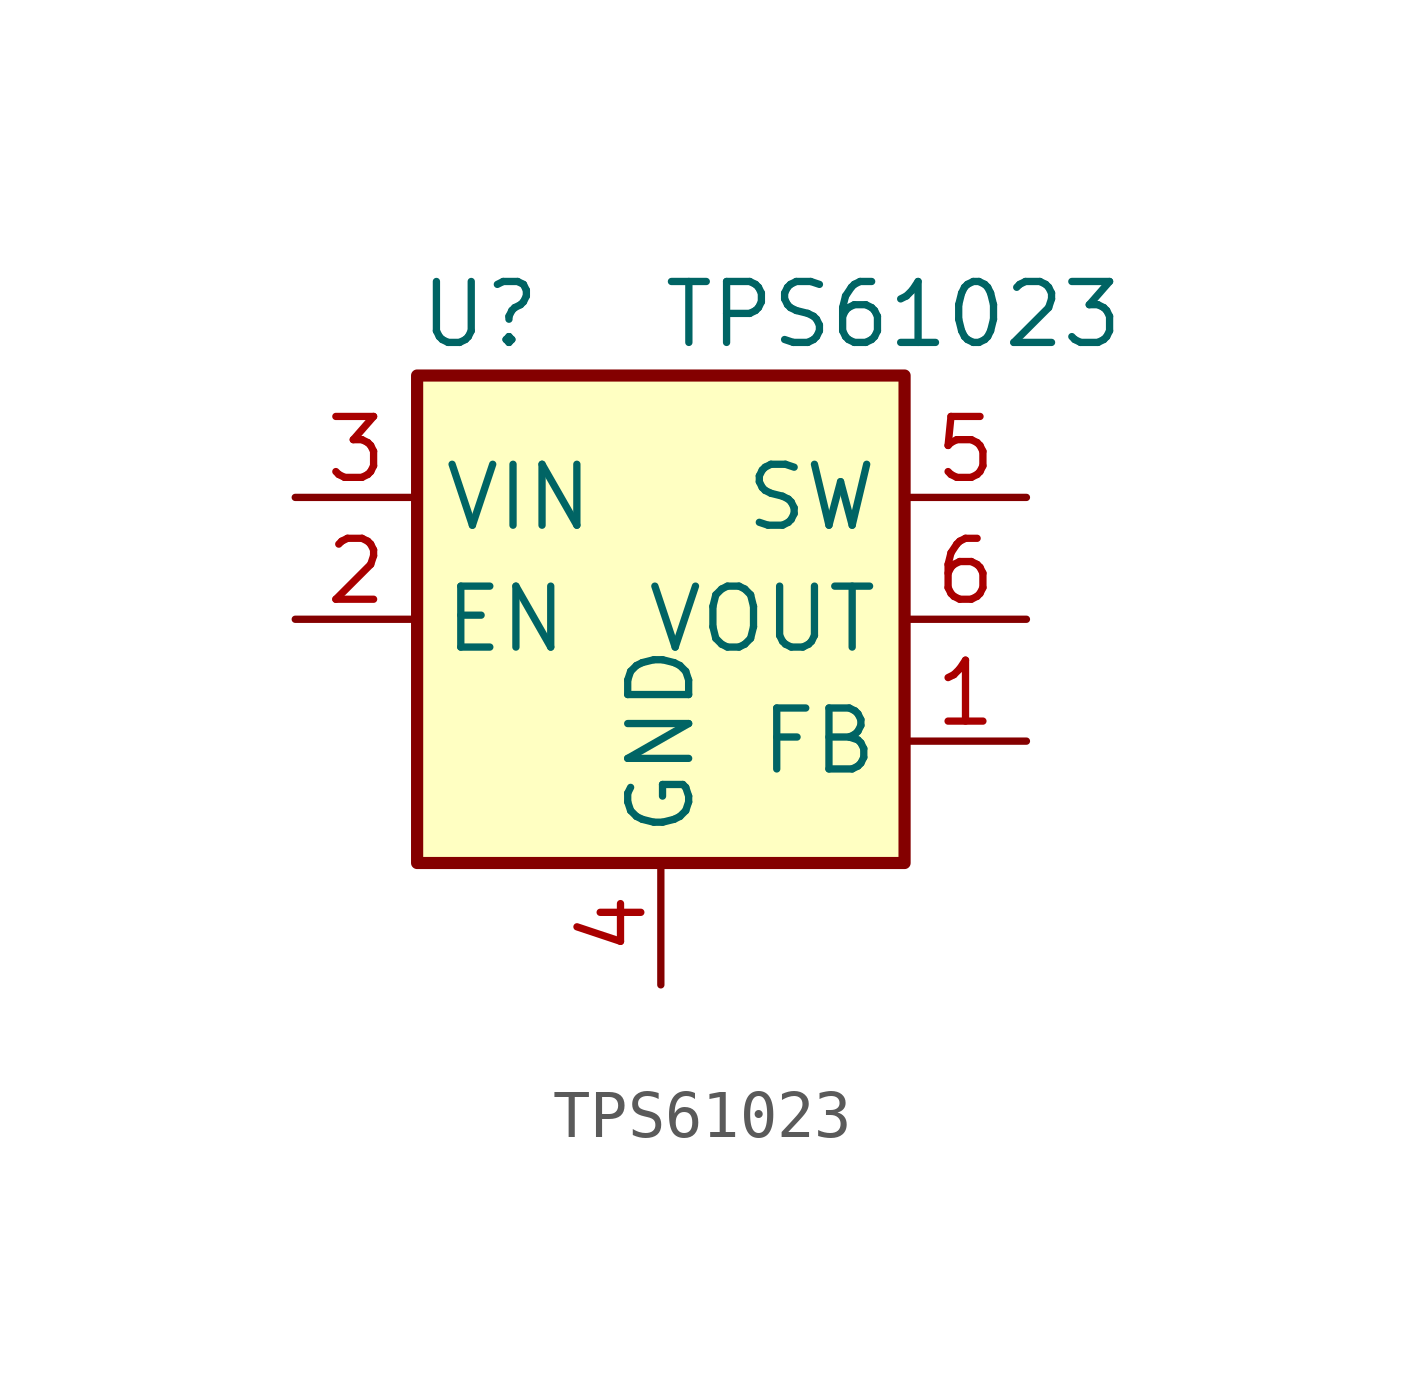
<source format=kicad_sym>
(kicad_symbol_lib
  (version 20220914)
  (generator kicad_symbol_editor)
  (symbol "TPS61023"
    (property "Reference" "U"
      (at -5.08 6.35 0)
      (effects (font (size 1.27 1.27)) (justify left)))
    (property "Value" "TPS61023"
      (at 0 6.35 0)
      (effects (font (size 1.27 1.27)) (justify left)))
    (symbol "TPS61023_0_1"
      (rectangle (start -5.08 5.08) (end 5.08 -5.08) (stroke (width 0.254) (type default)) (fill (type background))))
    (symbol "TPS61023_1_1"
      (pin input line (at 7.62 -2.54 180) (length 2.54) (name "FB" (effects (font (size 1.27 1.27)))) (number "1" (effects (font (size 1.27 1.27)))))
      (pin input line (at -7.62 0 0) (length 2.54) (name "EN" (effects (font (size 1.27 1.27)))) (number "2" (effects (font (size 1.27 1.27)))))
      (pin power_in line (at -7.62 2.54 0) (length 2.54) (name "VIN" (effects (font (size 1.27 1.27)))) (number "3" (effects (font (size 1.27 1.27)))))
      (pin power_in line (at 0 -7.62 90) (length 2.54) (name "GND" (effects (font (size 1.27 1.27)))) (number "4" (effects (font (size 1.27 1.27)))))
      (pin output line (at 7.62 2.54 180) (length 2.54) (name "SW" (effects (font (size 1.27 1.27)))) (number "5" (effects (font (size 1.27 1.27)))))
      (pin power_out line (at 7.62 0 180) (length 2.54) (name "VOUT" (effects (font (size 1.27 1.27)))) (number "6" (effects (font (size 1.27 1.27))))))))
</source>
